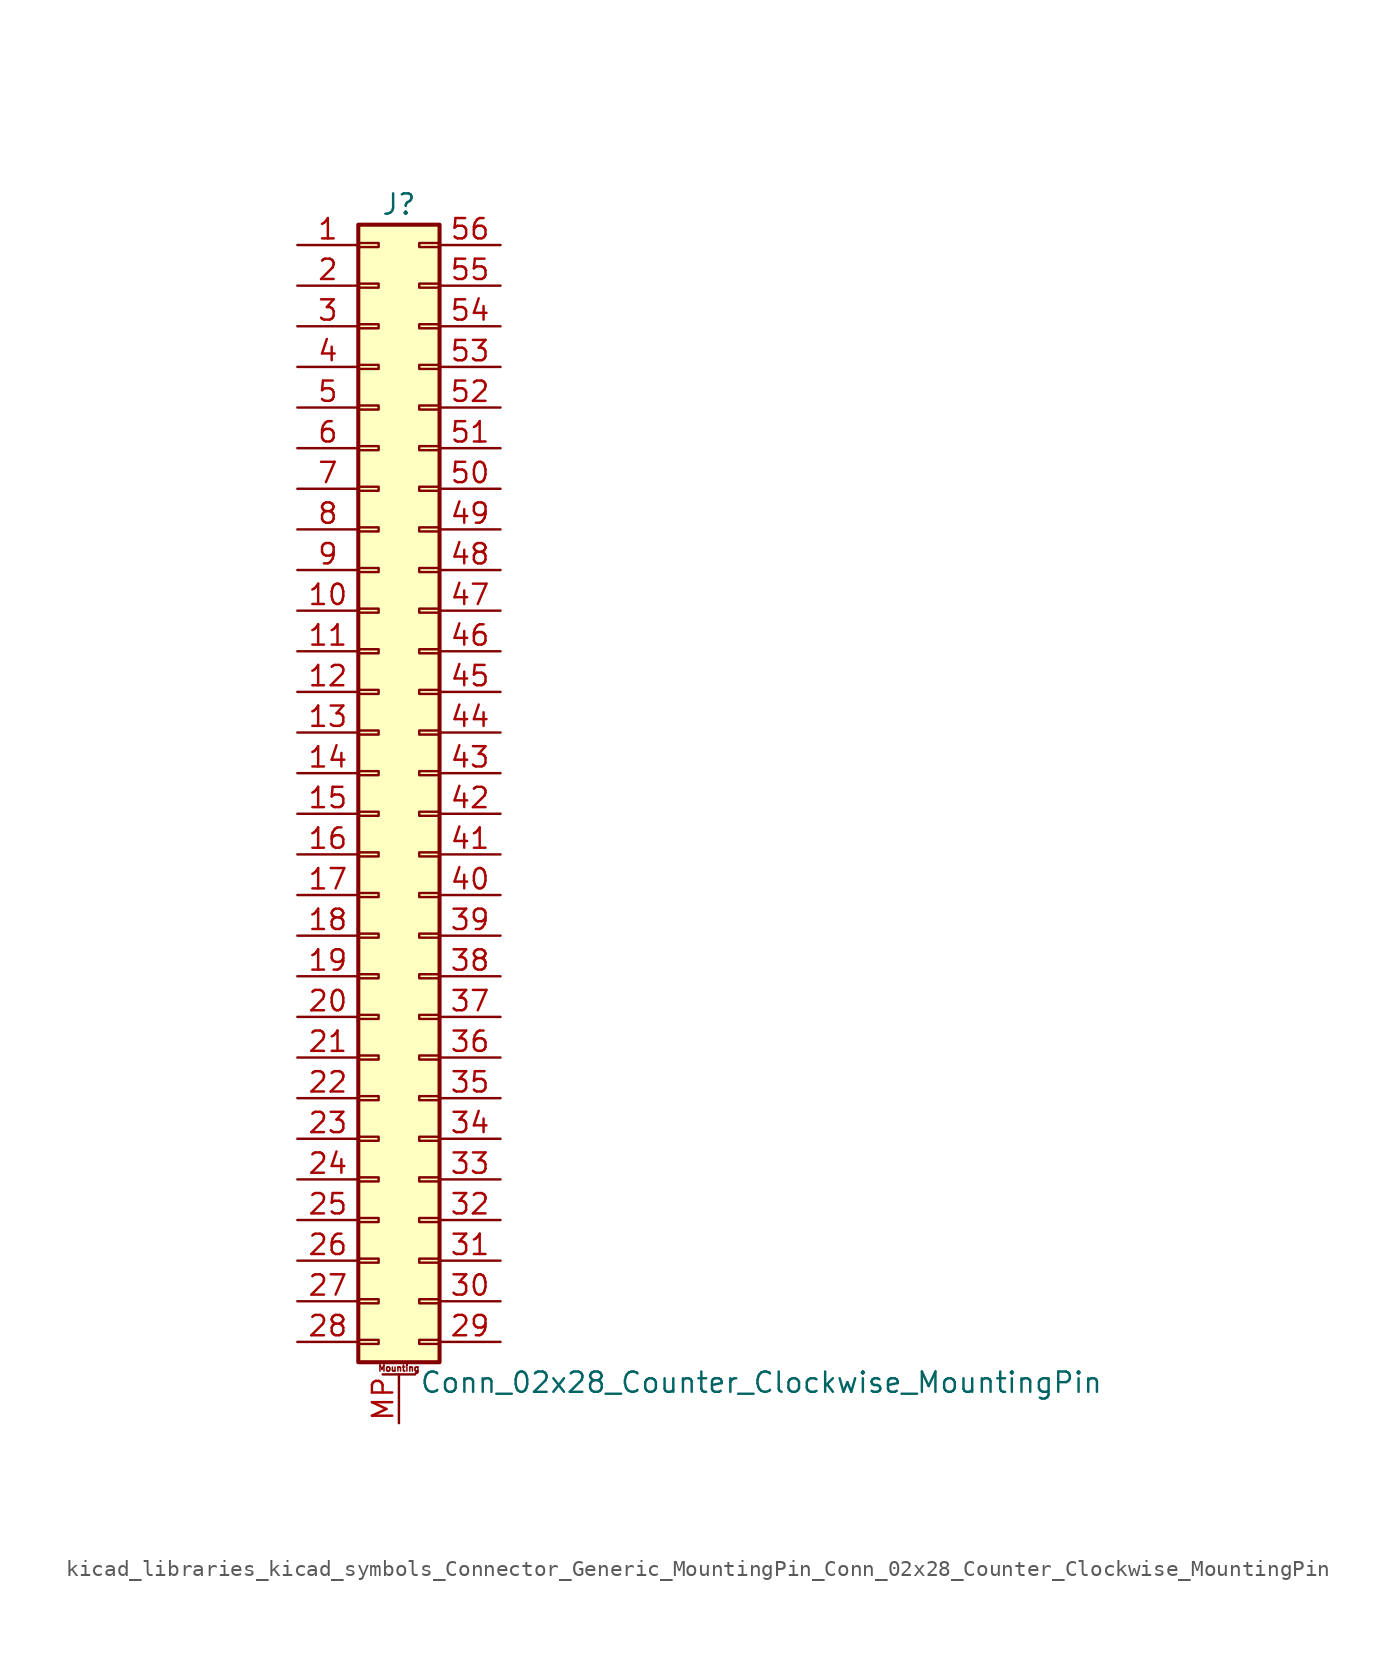
<source format=kicad_sym>
(kicad_symbol_lib
  (version 20220914)
  (generator kicad_symbol_editor)
  (symbol "kicad_libraries_kicad_symbols_Connector_Generic_MountingPin_Conn_02x28_Counter_Clockwise_MountingPin"
    (pin_names
      (offset 1.016) hide)
    (property "Reference" "J"
      (at 1.27 35.56 0)
      (effects (font (size 1.27 1.27))))
    (property "Value" "Conn_02x28_Counter_Clockwise_MountingPin"
      (at 2.54 -38.1 0)
      (effects (font (size 1.27 1.27)) (justify left)))
    (symbol "kicad_libraries_kicad_symbols_Connector_Generic_MountingPin_Conn_02x28_Counter_Clockwise_MountingPin_1_1"
      (rectangle (start -1.27 -35.433) (end 0 -35.687) (stroke (width 0.152) (type default)) (fill (type none)))
      (rectangle (start -1.27 -32.893) (end 0 -33.147) (stroke (width 0.152) (type default)) (fill (type none)))
      (rectangle (start -1.27 -30.353) (end 0 -30.607) (stroke (width 0.152) (type default)) (fill (type none)))
      (rectangle (start -1.27 -27.813) (end 0 -28.067) (stroke (width 0.152) (type default)) (fill (type none)))
      (rectangle (start -1.27 -25.273) (end 0 -25.527) (stroke (width 0.152) (type default)) (fill (type none)))
      (rectangle (start -1.27 -22.733) (end 0 -22.987) (stroke (width 0.152) (type default)) (fill (type none)))
      (rectangle (start -1.27 -20.193) (end 0 -20.447) (stroke (width 0.152) (type default)) (fill (type none)))
      (rectangle (start -1.27 -17.653) (end 0 -17.907) (stroke (width 0.152) (type default)) (fill (type none)))
      (rectangle (start -1.27 -15.113) (end 0 -15.367) (stroke (width 0.152) (type default)) (fill (type none)))
      (rectangle (start -1.27 -12.573) (end 0 -12.827) (stroke (width 0.152) (type default)) (fill (type none)))
      (rectangle (start -1.27 -10.033) (end 0 -10.287) (stroke (width 0.152) (type default)) (fill (type none)))
      (rectangle (start -1.27 -7.493) (end 0 -7.747) (stroke (width 0.152) (type default)) (fill (type none)))
      (rectangle (start -1.27 -4.953) (end 0 -5.207) (stroke (width 0.152) (type default)) (fill (type none)))
      (rectangle (start -1.27 -2.413) (end 0 -2.667) (stroke (width 0.152) (type default)) (fill (type none)))
      (rectangle (start -1.27 0.127) (end 0 -0.127) (stroke (width 0.152) (type default)) (fill (type none)))
      (rectangle (start -1.27 2.667) (end 0 2.413) (stroke (width 0.152) (type default)) (fill (type none)))
      (rectangle (start -1.27 5.207) (end 0 4.953) (stroke (width 0.152) (type default)) (fill (type none)))
      (rectangle (start -1.27 7.747) (end 0 7.493) (stroke (width 0.152) (type default)) (fill (type none)))
      (rectangle (start -1.27 10.287) (end 0 10.033) (stroke (width 0.152) (type default)) (fill (type none)))
      (rectangle (start -1.27 12.827) (end 0 12.573) (stroke (width 0.152) (type default)) (fill (type none)))
      (rectangle (start -1.27 15.367) (end 0 15.113) (stroke (width 0.152) (type default)) (fill (type none)))
      (rectangle (start -1.27 17.907) (end 0 17.653) (stroke (width 0.152) (type default)) (fill (type none)))
      (rectangle (start -1.27 20.447) (end 0 20.193) (stroke (width 0.152) (type default)) (fill (type none)))
      (rectangle (start -1.27 22.987) (end 0 22.733) (stroke (width 0.152) (type default)) (fill (type none)))
      (rectangle (start -1.27 25.527) (end 0 25.273) (stroke (width 0.152) (type default)) (fill (type none)))
      (rectangle (start -1.27 28.067) (end 0 27.813) (stroke (width 0.152) (type default)) (fill (type none)))
      (rectangle (start -1.27 30.607) (end 0 30.353) (stroke (width 0.152) (type default)) (fill (type none)))
      (rectangle (start -1.27 33.147) (end 0 32.893) (stroke (width 0.152) (type default)) (fill (type none)))
      (rectangle (start -1.27 34.29) (end 3.81 -36.83) (stroke (width 0.254) (type default)) (fill (type background)))
      (polyline (pts (xy 0.254 -37.592) (xy 2.286 -37.592)) (stroke (width 0.152) (type default)) (fill (type none)))
      (rectangle (start 3.81 -35.433) (end 2.54 -35.687) (stroke (width 0.152) (type default)) (fill (type none)))
      (rectangle (start 3.81 -32.893) (end 2.54 -33.147) (stroke (width 0.152) (type default)) (fill (type none)))
      (rectangle (start 3.81 -30.353) (end 2.54 -30.607) (stroke (width 0.152) (type default)) (fill (type none)))
      (rectangle (start 3.81 -27.813) (end 2.54 -28.067) (stroke (width 0.152) (type default)) (fill (type none)))
      (rectangle (start 3.81 -25.273) (end 2.54 -25.527) (stroke (width 0.152) (type default)) (fill (type none)))
      (rectangle (start 3.81 -22.733) (end 2.54 -22.987) (stroke (width 0.152) (type default)) (fill (type none)))
      (rectangle (start 3.81 -20.193) (end 2.54 -20.447) (stroke (width 0.152) (type default)) (fill (type none)))
      (rectangle (start 3.81 -17.653) (end 2.54 -17.907) (stroke (width 0.152) (type default)) (fill (type none)))
      (rectangle (start 3.81 -15.113) (end 2.54 -15.367) (stroke (width 0.152) (type default)) (fill (type none)))
      (rectangle (start 3.81 -12.573) (end 2.54 -12.827) (stroke (width 0.152) (type default)) (fill (type none)))
      (rectangle (start 3.81 -10.033) (end 2.54 -10.287) (stroke (width 0.152) (type default)) (fill (type none)))
      (rectangle (start 3.81 -7.493) (end 2.54 -7.747) (stroke (width 0.152) (type default)) (fill (type none)))
      (rectangle (start 3.81 -4.953) (end 2.54 -5.207) (stroke (width 0.152) (type default)) (fill (type none)))
      (rectangle (start 3.81 -2.413) (end 2.54 -2.667) (stroke (width 0.152) (type default)) (fill (type none)))
      (rectangle (start 3.81 0.127) (end 2.54 -0.127) (stroke (width 0.152) (type default)) (fill (type none)))
      (rectangle (start 3.81 2.667) (end 2.54 2.413) (stroke (width 0.152) (type default)) (fill (type none)))
      (rectangle (start 3.81 5.207) (end 2.54 4.953) (stroke (width 0.152) (type default)) (fill (type none)))
      (rectangle (start 3.81 7.747) (end 2.54 7.493) (stroke (width 0.152) (type default)) (fill (type none)))
      (rectangle (start 3.81 10.287) (end 2.54 10.033) (stroke (width 0.152) (type default)) (fill (type none)))
      (rectangle (start 3.81 12.827) (end 2.54 12.573) (stroke (width 0.152) (type default)) (fill (type none)))
      (rectangle (start 3.81 15.367) (end 2.54 15.113) (stroke (width 0.152) (type default)) (fill (type none)))
      (rectangle (start 3.81 17.907) (end 2.54 17.653) (stroke (width 0.152) (type default)) (fill (type none)))
      (rectangle (start 3.81 20.447) (end 2.54 20.193) (stroke (width 0.152) (type default)) (fill (type none)))
      (rectangle (start 3.81 22.987) (end 2.54 22.733) (stroke (width 0.152) (type default)) (fill (type none)))
      (rectangle (start 3.81 25.527) (end 2.54 25.273) (stroke (width 0.152) (type default)) (fill (type none)))
      (rectangle (start 3.81 28.067) (end 2.54 27.813) (stroke (width 0.152) (type default)) (fill (type none)))
      (rectangle (start 3.81 30.607) (end 2.54 30.353) (stroke (width 0.152) (type default)) (fill (type none)))
      (rectangle (start 3.81 33.147) (end 2.54 32.893) (stroke (width 0.152) (type default)) (fill (type none)))
      (text "Mounting" (at 1.27 -37.211 0) (effects (font (size 0.381 0.381))))
      (pin passive line (at -5.08 33.02 0) (length 3.81) (name "Pin_1" (effects (font (size 1.27 1.27)))) (number "1" (effects (font (size 1.27 1.27)))))
      (pin passive line (at -5.08 10.16 0) (length 3.81) (name "Pin_10" (effects (font (size 1.27 1.27)))) (number "10" (effects (font (size 1.27 1.27)))))
      (pin passive line (at -5.08 7.62 0) (length 3.81) (name "Pin_11" (effects (font (size 1.27 1.27)))) (number "11" (effects (font (size 1.27 1.27)))))
      (pin passive line (at -5.08 5.08 0) (length 3.81) (name "Pin_12" (effects (font (size 1.27 1.27)))) (number "12" (effects (font (size 1.27 1.27)))))
      (pin passive line (at -5.08 2.54 0) (length 3.81) (name "Pin_13" (effects (font (size 1.27 1.27)))) (number "13" (effects (font (size 1.27 1.27)))))
      (pin passive line (at -5.08 0 0) (length 3.81) (name "Pin_14" (effects (font (size 1.27 1.27)))) (number "14" (effects (font (size 1.27 1.27)))))
      (pin passive line (at -5.08 -2.54 0) (length 3.81) (name "Pin_15" (effects (font (size 1.27 1.27)))) (number "15" (effects (font (size 1.27 1.27)))))
      (pin passive line (at -5.08 -5.08 0) (length 3.81) (name "Pin_16" (effects (font (size 1.27 1.27)))) (number "16" (effects (font (size 1.27 1.27)))))
      (pin passive line (at -5.08 -7.62 0) (length 3.81) (name "Pin_17" (effects (font (size 1.27 1.27)))) (number "17" (effects (font (size 1.27 1.27)))))
      (pin passive line (at -5.08 -10.16 0) (length 3.81) (name "Pin_18" (effects (font (size 1.27 1.27)))) (number "18" (effects (font (size 1.27 1.27)))))
      (pin passive line (at -5.08 -12.7 0) (length 3.81) (name "Pin_19" (effects (font (size 1.27 1.27)))) (number "19" (effects (font (size 1.27 1.27)))))
      (pin passive line (at -5.08 30.48 0) (length 3.81) (name "Pin_2" (effects (font (size 1.27 1.27)))) (number "2" (effects (font (size 1.27 1.27)))))
      (pin passive line (at -5.08 -15.24 0) (length 3.81) (name "Pin_20" (effects (font (size 1.27 1.27)))) (number "20" (effects (font (size 1.27 1.27)))))
      (pin passive line (at -5.08 -17.78 0) (length 3.81) (name "Pin_21" (effects (font (size 1.27 1.27)))) (number "21" (effects (font (size 1.27 1.27)))))
      (pin passive line (at -5.08 -20.32 0) (length 3.81) (name "Pin_22" (effects (font (size 1.27 1.27)))) (number "22" (effects (font (size 1.27 1.27)))))
      (pin passive line (at -5.08 -22.86 0) (length 3.81) (name "Pin_23" (effects (font (size 1.27 1.27)))) (number "23" (effects (font (size 1.27 1.27)))))
      (pin passive line (at -5.08 -25.4 0) (length 3.81) (name "Pin_24" (effects (font (size 1.27 1.27)))) (number "24" (effects (font (size 1.27 1.27)))))
      (pin passive line (at -5.08 -27.94 0) (length 3.81) (name "Pin_25" (effects (font (size 1.27 1.27)))) (number "25" (effects (font (size 1.27 1.27)))))
      (pin passive line (at -5.08 -30.48 0) (length 3.81) (name "Pin_26" (effects (font (size 1.27 1.27)))) (number "26" (effects (font (size 1.27 1.27)))))
      (pin passive line (at -5.08 -33.02 0) (length 3.81) (name "Pin_27" (effects (font (size 1.27 1.27)))) (number "27" (effects (font (size 1.27 1.27)))))
      (pin passive line (at -5.08 -35.56 0) (length 3.81) (name "Pin_28" (effects (font (size 1.27 1.27)))) (number "28" (effects (font (size 1.27 1.27)))))
      (pin passive line (at 7.62 -35.56 180) (length 3.81) (name "Pin_29" (effects (font (size 1.27 1.27)))) (number "29" (effects (font (size 1.27 1.27)))))
      (pin passive line (at -5.08 27.94 0) (length 3.81) (name "Pin_3" (effects (font (size 1.27 1.27)))) (number "3" (effects (font (size 1.27 1.27)))))
      (pin passive line (at 7.62 -33.02 180) (length 3.81) (name "Pin_30" (effects (font (size 1.27 1.27)))) (number "30" (effects (font (size 1.27 1.27)))))
      (pin passive line (at 7.62 -30.48 180) (length 3.81) (name "Pin_31" (effects (font (size 1.27 1.27)))) (number "31" (effects (font (size 1.27 1.27)))))
      (pin passive line (at 7.62 -27.94 180) (length 3.81) (name "Pin_32" (effects (font (size 1.27 1.27)))) (number "32" (effects (font (size 1.27 1.27)))))
      (pin passive line (at 7.62 -25.4 180) (length 3.81) (name "Pin_33" (effects (font (size 1.27 1.27)))) (number "33" (effects (font (size 1.27 1.27)))))
      (pin passive line (at 7.62 -22.86 180) (length 3.81) (name "Pin_34" (effects (font (size 1.27 1.27)))) (number "34" (effects (font (size 1.27 1.27)))))
      (pin passive line (at 7.62 -20.32 180) (length 3.81) (name "Pin_35" (effects (font (size 1.27 1.27)))) (number "35" (effects (font (size 1.27 1.27)))))
      (pin passive line (at 7.62 -17.78 180) (length 3.81) (name "Pin_36" (effects (font (size 1.27 1.27)))) (number "36" (effects (font (size 1.27 1.27)))))
      (pin passive line (at 7.62 -15.24 180) (length 3.81) (name "Pin_37" (effects (font (size 1.27 1.27)))) (number "37" (effects (font (size 1.27 1.27)))))
      (pin passive line (at 7.62 -12.7 180) (length 3.81) (name "Pin_38" (effects (font (size 1.27 1.27)))) (number "38" (effects (font (size 1.27 1.27)))))
      (pin passive line (at 7.62 -10.16 180) (length 3.81) (name "Pin_39" (effects (font (size 1.27 1.27)))) (number "39" (effects (font (size 1.27 1.27)))))
      (pin passive line (at -5.08 25.4 0) (length 3.81) (name "Pin_4" (effects (font (size 1.27 1.27)))) (number "4" (effects (font (size 1.27 1.27)))))
      (pin passive line (at 7.62 -7.62 180) (length 3.81) (name "Pin_40" (effects (font (size 1.27 1.27)))) (number "40" (effects (font (size 1.27 1.27)))))
      (pin passive line (at 7.62 -5.08 180) (length 3.81) (name "Pin_41" (effects (font (size 1.27 1.27)))) (number "41" (effects (font (size 1.27 1.27)))))
      (pin passive line (at 7.62 -2.54 180) (length 3.81) (name "Pin_42" (effects (font (size 1.27 1.27)))) (number "42" (effects (font (size 1.27 1.27)))))
      (pin passive line (at 7.62 0 180) (length 3.81) (name "Pin_43" (effects (font (size 1.27 1.27)))) (number "43" (effects (font (size 1.27 1.27)))))
      (pin passive line (at 7.62 2.54 180) (length 3.81) (name "Pin_44" (effects (font (size 1.27 1.27)))) (number "44" (effects (font (size 1.27 1.27)))))
      (pin passive line (at 7.62 5.08 180) (length 3.81) (name "Pin_45" (effects (font (size 1.27 1.27)))) (number "45" (effects (font (size 1.27 1.27)))))
      (pin passive line (at 7.62 7.62 180) (length 3.81) (name "Pin_46" (effects (font (size 1.27 1.27)))) (number "46" (effects (font (size 1.27 1.27)))))
      (pin passive line (at 7.62 10.16 180) (length 3.81) (name "Pin_47" (effects (font (size 1.27 1.27)))) (number "47" (effects (font (size 1.27 1.27)))))
      (pin passive line (at 7.62 12.7 180) (length 3.81) (name "Pin_48" (effects (font (size 1.27 1.27)))) (number "48" (effects (font (size 1.27 1.27)))))
      (pin passive line (at 7.62 15.24 180) (length 3.81) (name "Pin_49" (effects (font (size 1.27 1.27)))) (number "49" (effects (font (size 1.27 1.27)))))
      (pin passive line (at -5.08 22.86 0) (length 3.81) (name "Pin_5" (effects (font (size 1.27 1.27)))) (number "5" (effects (font (size 1.27 1.27)))))
      (pin passive line (at 7.62 17.78 180) (length 3.81) (name "Pin_50" (effects (font (size 1.27 1.27)))) (number "50" (effects (font (size 1.27 1.27)))))
      (pin passive line (at 7.62 20.32 180) (length 3.81) (name "Pin_51" (effects (font (size 1.27 1.27)))) (number "51" (effects (font (size 1.27 1.27)))))
      (pin passive line (at 7.62 22.86 180) (length 3.81) (name "Pin_52" (effects (font (size 1.27 1.27)))) (number "52" (effects (font (size 1.27 1.27)))))
      (pin passive line (at 7.62 25.4 180) (length 3.81) (name "Pin_53" (effects (font (size 1.27 1.27)))) (number "53" (effects (font (size 1.27 1.27)))))
      (pin passive line (at 7.62 27.94 180) (length 3.81) (name "Pin_54" (effects (font (size 1.27 1.27)))) (number "54" (effects (font (size 1.27 1.27)))))
      (pin passive line (at 7.62 30.48 180) (length 3.81) (name "Pin_55" (effects (font (size 1.27 1.27)))) (number "55" (effects (font (size 1.27 1.27)))))
      (pin passive line (at 7.62 33.02 180) (length 3.81) (name "Pin_56" (effects (font (size 1.27 1.27)))) (number "56" (effects (font (size 1.27 1.27)))))
      (pin passive line (at -5.08 20.32 0) (length 3.81) (name "Pin_6" (effects (font (size 1.27 1.27)))) (number "6" (effects (font (size 1.27 1.27)))))
      (pin passive line (at -5.08 17.78 0) (length 3.81) (name "Pin_7" (effects (font (size 1.27 1.27)))) (number "7" (effects (font (size 1.27 1.27)))))
      (pin passive line (at -5.08 15.24 0) (length 3.81) (name "Pin_8" (effects (font (size 1.27 1.27)))) (number "8" (effects (font (size 1.27 1.27)))))
      (pin passive line (at -5.08 12.7 0) (length 3.81) (name "Pin_9" (effects (font (size 1.27 1.27)))) (number "9" (effects (font (size 1.27 1.27)))))
      (pin passive line (at 1.27 -40.64 90) (length 3.048) (name "MountPin" (effects (font (size 1.27 1.27)))) (number "MP" (effects (font (size 1.27 1.27))))))))
</source>
